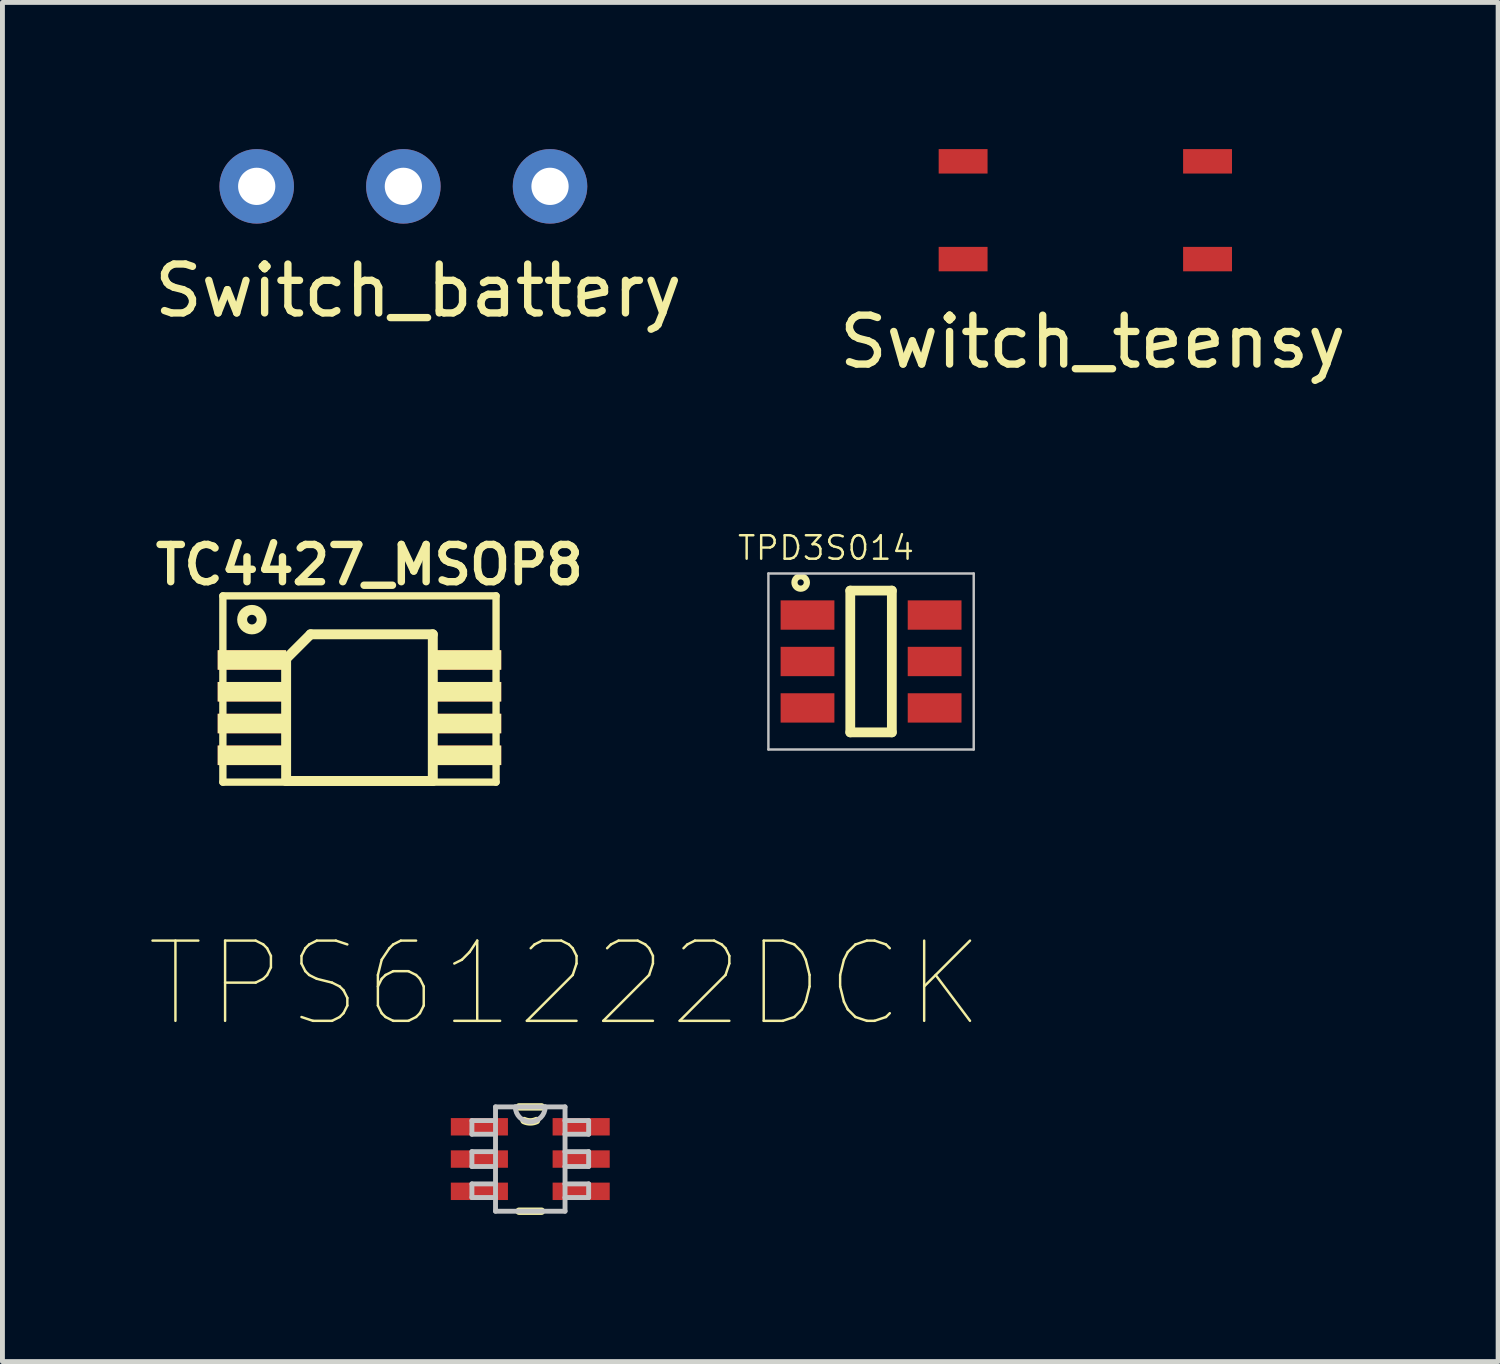
<source format=kicad_pcb>
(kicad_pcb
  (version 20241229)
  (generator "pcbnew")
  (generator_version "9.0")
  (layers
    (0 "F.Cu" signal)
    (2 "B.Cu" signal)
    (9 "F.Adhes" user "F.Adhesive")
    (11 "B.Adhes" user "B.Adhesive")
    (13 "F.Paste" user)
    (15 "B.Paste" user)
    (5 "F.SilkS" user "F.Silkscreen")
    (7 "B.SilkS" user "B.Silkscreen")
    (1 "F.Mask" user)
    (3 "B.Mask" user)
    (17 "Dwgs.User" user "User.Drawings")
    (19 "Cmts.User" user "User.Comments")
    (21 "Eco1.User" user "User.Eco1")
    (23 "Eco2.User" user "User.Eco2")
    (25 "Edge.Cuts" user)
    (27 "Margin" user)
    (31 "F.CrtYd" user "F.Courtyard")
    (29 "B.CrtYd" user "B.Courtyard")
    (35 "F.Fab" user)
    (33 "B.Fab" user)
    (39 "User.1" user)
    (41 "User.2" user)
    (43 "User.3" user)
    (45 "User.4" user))
  (footprint "TPD3S014"
    (layer "F.Cu")
    (at 14.768 10.481)
    (property "Reference" "TPD3S014" (at -0.922 -2.322 0) (layer "F.SilkS") (effects (font (size 0.48 0.48) (thickness 0.05))))
    (attr smd)
    (fp_line (start -0.425 -1.45) (end 0.425 -1.45) (stroke (width 0.2) (type solid)) (layer "F.SilkS"))
    (fp_line (start -0.425 1.45) (end -0.425 -1.45) (stroke (width 0.2) (type solid)) (layer "F.SilkS"))
    (fp_line (start 0.425 -1.45) (end 0.425 1.45) (stroke (width 0.2) (type solid)) (layer "F.SilkS"))
    (fp_line (start 0.425 1.45) (end -0.425 1.45) (stroke (width 0.2) (type solid)) (layer "F.SilkS"))
    (fp_circle (center -1.44 -1.616) (end -1.313 -1.616) (stroke (width 0.127) (type solid)) (fill no) (layer "F.SilkS"))
    (fp_line (start -2.1 -1.8) (end 2.1 -1.8) (stroke (width 0.05) (type solid)) (layer "Dwgs.User"))
    (fp_line (start -2.1 1.8) (end -2.1 -1.8) (stroke (width 0.05) (type solid)) (layer "Dwgs.User"))
    (fp_line (start 2.1 -1.8) (end 2.1 1.8) (stroke (width 0.05) (type solid)) (layer "Dwgs.User"))
    (fp_line (start 2.1 1.8) (end -2.1 1.8) (stroke (width 0.05) (type solid)) (layer "Dwgs.User"))
    (pad "1" smd rect (at -1.3 -0.95) (size 1.1 0.6) (layers "F.Cu" "F.Mask" "F.Paste"))
    (pad "2" smd rect (at -1.3 0) (size 1.1 0.6) (layers "F.Cu" "F.Mask" "F.Paste"))
    (pad "3" smd rect (at -1.3 0.95) (size 1.1 0.6) (layers "F.Cu" "F.Mask" "F.Paste"))
    (pad "4" smd rect (at 1.3 0.95) (size 1.1 0.6) (layers "F.Cu" "F.Mask" "F.Paste"))
    (pad "5" smd rect (at 1.3 0) (size 1.1 0.6) (layers "F.Cu" "F.Mask" "F.Paste"))
    (pad "6" smd rect (at 1.3 -0.95) (size 1.1 0.6) (layers "F.Cu" "F.Mask" "F.Paste")))
  (footprint "TPS61222DCK"
    (layer "F.Cu")
    (at 7.797 20.659)
    (property "Reference" "TPS61222DCK" (at 0.712 -3.584 0) (layer "F.SilkS") (effects (font (size 1.641 1.641) (thickness 0.05))))
    (attr smd)
    (fp_line (start -0.229 1.067) (end 0.229 1.067) (stroke (width 0.152) (type solid)) (layer "F.SilkS"))
    (fp_line (start 0.229 -1.067) (end -0.229 -1.067) (stroke (width 0.152) (type solid)) (layer "F.SilkS"))
    (fp_arc (start 0.127003 -0.787401) (mid 0.000002 -0.759826) (end -0.127 -0.7874) (stroke (width 0.1524) (type solid)) (layer "F.SilkS"))
    (fp_line (start -1.194 -0.787) (end -1.194 -0.508) (stroke (width 0.1) (type solid)) (layer "Dwgs.User"))
    (fp_line (start -1.194 -0.508) (end -0.711 -0.508) (stroke (width 0.1) (type solid)) (layer "Dwgs.User"))
    (fp_line (start -1.194 -0.152) (end -1.194 0.152) (stroke (width 0.1) (type solid)) (layer "Dwgs.User"))
    (fp_line (start -1.194 0.152) (end -0.711 0.152) (stroke (width 0.1) (type solid)) (layer "Dwgs.User"))
    (fp_line (start -1.194 0.508) (end -1.194 0.787) (stroke (width 0.1) (type solid)) (layer "Dwgs.User"))
    (fp_line (start -1.194 0.787) (end -0.711 0.787) (stroke (width 0.1) (type solid)) (layer "Dwgs.User"))
    (fp_line (start -0.711 -1.067) (end -0.711 -0.787) (stroke (width 0.1) (type solid)) (layer "Dwgs.User"))
    (fp_line (start -0.711 -0.787) (end -1.194 -0.787) (stroke (width 0.1) (type solid)) (layer "Dwgs.User"))
    (fp_line (start -0.711 -0.787) (end -0.711 -0.508) (stroke (width 0.1) (type solid)) (layer "Dwgs.User"))
    (fp_line (start -0.711 -0.508) (end -0.711 -0.152) (stroke (width 0.1) (type solid)) (layer "Dwgs.User"))
    (fp_line (start -0.711 -0.152) (end -1.194 -0.152) (stroke (width 0.1) (type solid)) (layer "Dwgs.User"))
    (fp_line (start -0.711 -0.152) (end -0.711 0.152) (stroke (width 0.1) (type solid)) (layer "Dwgs.User"))
    (fp_line (start -0.711 0.152) (end -0.711 0.508) (stroke (width 0.1) (type solid)) (layer "Dwgs.User"))
    (fp_line (start -0.711 0.508) (end -1.194 0.508) (stroke (width 0.1) (type solid)) (layer "Dwgs.User"))
    (fp_line (start -0.711 0.787) (end -0.711 0.508) (stroke (width 0.1) (type solid)) (layer "Dwgs.User"))
    (fp_line (start -0.711 1.067) (end -0.711 0.787) (stroke (width 0.1) (type solid)) (layer "Dwgs.User"))
    (fp_line (start -0.711 1.067) (end 0.711 1.067) (stroke (width 0.1) (type solid)) (layer "Dwgs.User"))
    (fp_line (start -0.305 -1.067) (end -0.711 -1.067) (stroke (width 0.1) (type solid)) (layer "Dwgs.User"))
    (fp_line (start 0.305 -1.067) (end -0.305 -1.067) (stroke (width 0.1) (type solid)) (layer "Dwgs.User"))
    (fp_line (start 0.711 -1.067) (end 0.305 -1.067) (stroke (width 0.1) (type solid)) (layer "Dwgs.User"))
    (fp_line (start 0.711 -1.067) (end 0.711 -0.787) (stroke (width 0.1) (type solid)) (layer "Dwgs.User"))
    (fp_line (start 0.711 -0.787) (end 0.711 -0.508) (stroke (width 0.1) (type solid)) (layer "Dwgs.User"))
    (fp_line (start 0.711 -0.508) (end 1.194 -0.508) (stroke (width 0.1) (type solid)) (layer "Dwgs.User"))
    (fp_line (start 0.711 -0.152) (end 0.711 -0.508) (stroke (width 0.1) (type solid)) (layer "Dwgs.User"))
    (fp_line (start 0.711 0.152) (end 0.711 -0.152) (stroke (width 0.1) (type solid)) (layer "Dwgs.User"))
    (fp_line (start 0.711 0.152) (end 1.194 0.152) (stroke (width 0.1) (type solid)) (layer "Dwgs.User"))
    (fp_line (start 0.711 0.508) (end 0.711 0.152) (stroke (width 0.1) (type solid)) (layer "Dwgs.User"))
    (fp_line (start 0.711 0.787) (end 0.711 0.508) (stroke (width 0.1) (type solid)) (layer "Dwgs.User"))
    (fp_line (start 0.711 0.787) (end 1.194 0.787) (stroke (width 0.1) (type solid)) (layer "Dwgs.User"))
    (fp_line (start 0.711 1.067) (end 0.711 0.787) (stroke (width 0.1) (type solid)) (layer "Dwgs.User"))
    (fp_line (start 1.194 -0.787) (end 0.711 -0.787) (stroke (width 0.1) (type solid)) (layer "Dwgs.User"))
    (fp_line (start 1.194 -0.508) (end 1.194 -0.787) (stroke (width 0.1) (type solid)) (layer "Dwgs.User"))
    (fp_line (start 1.194 -0.152) (end 0.711 -0.152) (stroke (width 0.1) (type solid)) (layer "Dwgs.User"))
    (fp_line (start 1.194 0.152) (end 1.194 -0.152) (stroke (width 0.1) (type solid)) (layer "Dwgs.User"))
    (fp_line (start 1.194 0.508) (end 0.711 0.508) (stroke (width 0.1) (type solid)) (layer "Dwgs.User"))
    (fp_line (start 1.194 0.787) (end 1.194 0.508) (stroke (width 0.1) (type solid)) (layer "Dwgs.User"))
    (fp_arc (start 0.3048 -1.0668) (mid 0 -0.762) (end -0.3048 -1.0668) (stroke (width 0.1) (type solid)) (layer "Dwgs.User"))
    (pad "1" smd rect (at -1.041 -0.66) (size 1.168 0.356) (layers "F.Cu" "F.Mask" "F.Paste"))
    (pad "2" smd rect (at -1.041 0) (size 1.168 0.356) (layers "F.Cu" "F.Mask" "F.Paste"))
    (pad "3" smd rect (at -1.041 0.66) (size 1.168 0.356) (layers "F.Cu" "F.Mask" "F.Paste"))
    (pad "4" smd rect (at 1.041 0.66) (size 1.168 0.356) (layers "F.Cu" "F.Mask" "F.Paste"))
    (pad "5" smd rect (at 1.041 0) (size 1.168 0.356) (layers "F.Cu" "F.Mask" "F.Paste"))
    (pad "6" smd rect (at 1.041 -0.66) (size 1.168 0.356) (layers "F.Cu" "F.Mask" "F.Paste")))
  (footprint "Switch_battery"
    (layer "F.Cu")
    (at 5.201 0.762)
    (property "Reference" "Switch_battery" (at 0.305 2.134 0) (layer "F.SilkS") (effects (font (size 1 1) (thickness 0.15))))
    (attr through_hole)
    (pad "1" thru_hole circle (at 3 0) (size 1.524 1.524) (drill 0.762) (layers "*.Cu" "*.Mask"))
    (pad "2" thru_hole circle (at 0 0) (size 1.524 1.524) (drill 0.762) (layers "*.Cu" "*.Mask"))
    (pad "3" thru_hole circle (at -3 0) (size 1.524 1.524) (drill 0.762) (layers "*.Cu" "*.Mask")))
  (footprint "TC4427_MSOP8"
    (layer "F.Cu")
    (at 4.303 11.425)
    (property "Reference" "TC4427_MSOP8" (at 0.203 -2.921 0) (layer "F.SilkS") (effects (font (size 0.762 0.762) (thickness 0.152))))
    (attr smd)
    (fp_line (start -2.794 -2.286) (end 2.794 -2.286) (stroke (width 0.15) (type solid)) (layer "F.SilkS"))
    (fp_line (start -2.794 1.524) (end -2.794 -2.286) (stroke (width 0.15) (type solid)) (layer "F.SilkS"))
    (fp_line (start -1.5 -1) (end -1.5 1.5) (stroke (width 0.203) (type solid)) (layer "F.SilkS"))
    (fp_line (start -1.5 1.5) (end 1.5 1.5) (stroke (width 0.203) (type solid)) (layer "F.SilkS"))
    (fp_line (start -1 -1.5) (end -1.5 -1) (stroke (width 0.203) (type solid)) (layer "F.SilkS"))
    (fp_line (start -1 -1.5) (end 1.5 -1.5) (stroke (width 0.203) (type solid)) (layer "F.SilkS"))
    (fp_line (start 1.5 1.5) (end 1.5 -1.5) (stroke (width 0.203) (type solid)) (layer "F.SilkS"))
    (fp_line (start 2.794 -2.286) (end 2.794 1.524) (stroke (width 0.15) (type solid)) (layer "F.SilkS"))
    (fp_line (start 2.794 1.524) (end -2.794 1.524) (stroke (width 0.15) (type solid)) (layer "F.SilkS"))
    (fp_circle (center -2.2 -1.8) (end -2 -1.8) (stroke (width 0.203) (type solid)) (fill no) (layer "F.SilkS"))
    (pad "1" smd rect (at -2.2 -0.975) (size 1.4 0.4) (layers "F.Cu" "F.Mask" "F.SilkS" "F.Paste"))
    (pad "2" smd rect (at -2.2 -0.325) (size 1.4 0.4) (layers "F.Cu" "F.Mask" "F.SilkS" "F.Paste"))
    (pad "3" smd rect (at -2.2 0.325) (size 1.4 0.4) (layers "F.Cu" "F.Mask" "F.SilkS" "F.Paste"))
    (pad "4" smd rect (at -2.2 0.975) (size 1.4 0.4) (layers "F.Cu" "F.Mask" "F.SilkS" "F.Paste"))
    (pad "5" smd rect (at 2.2 0.975) (size 1.4 0.4) (layers "F.Cu" "F.Mask" "F.SilkS" "F.Paste"))
    (pad "6" smd rect (at 2.2 0.325) (size 1.4 0.4) (layers "F.Cu" "F.Mask" "F.SilkS" "F.Paste"))
    (pad "7" smd rect (at 2.2 -0.325) (size 1.4 0.4) (layers "F.Cu" "F.Mask" "F.SilkS" "F.Paste"))
    (pad "8" smd rect (at 2.2 -0.975) (size 1.4 0.4) (layers "F.Cu" "F.Mask" "F.SilkS" "F.Paste")))
  (footprint "Switch_teensy"
    (layer "F.Cu")
    (at 19.151 1.25)
    (property "Reference" "Switch_teensy" (at 0.152 2.692 0) (layer "F.SilkS") (effects (font (size 1 1) (thickness 0.15))))
    (attr through_hole)
    (pad "1" smd rect (at 2.5 -1) (size 1 0.5) (layers "F.Cu" "F.Mask" "F.Paste"))
    (pad "1" smd rect (at 2.5 1) (size 1 0.5) (layers "F.Cu" "F.Mask" "F.Paste"))
    (pad "2" smd rect (at -2.5 -1) (size 1 0.5) (layers "F.Cu" "F.Mask" "F.Paste"))
    (pad "2" smd rect (at -2.5 1) (size 1 0.5) (layers "F.Cu" "F.Mask" "F.Paste")))
  (gr_rect
    (start -3 -3)
    (end 27.595 24.802)
    (stroke (width 0.1) (type default))
    (fill no)
    (layer "Edge.Cuts")))
</source>
